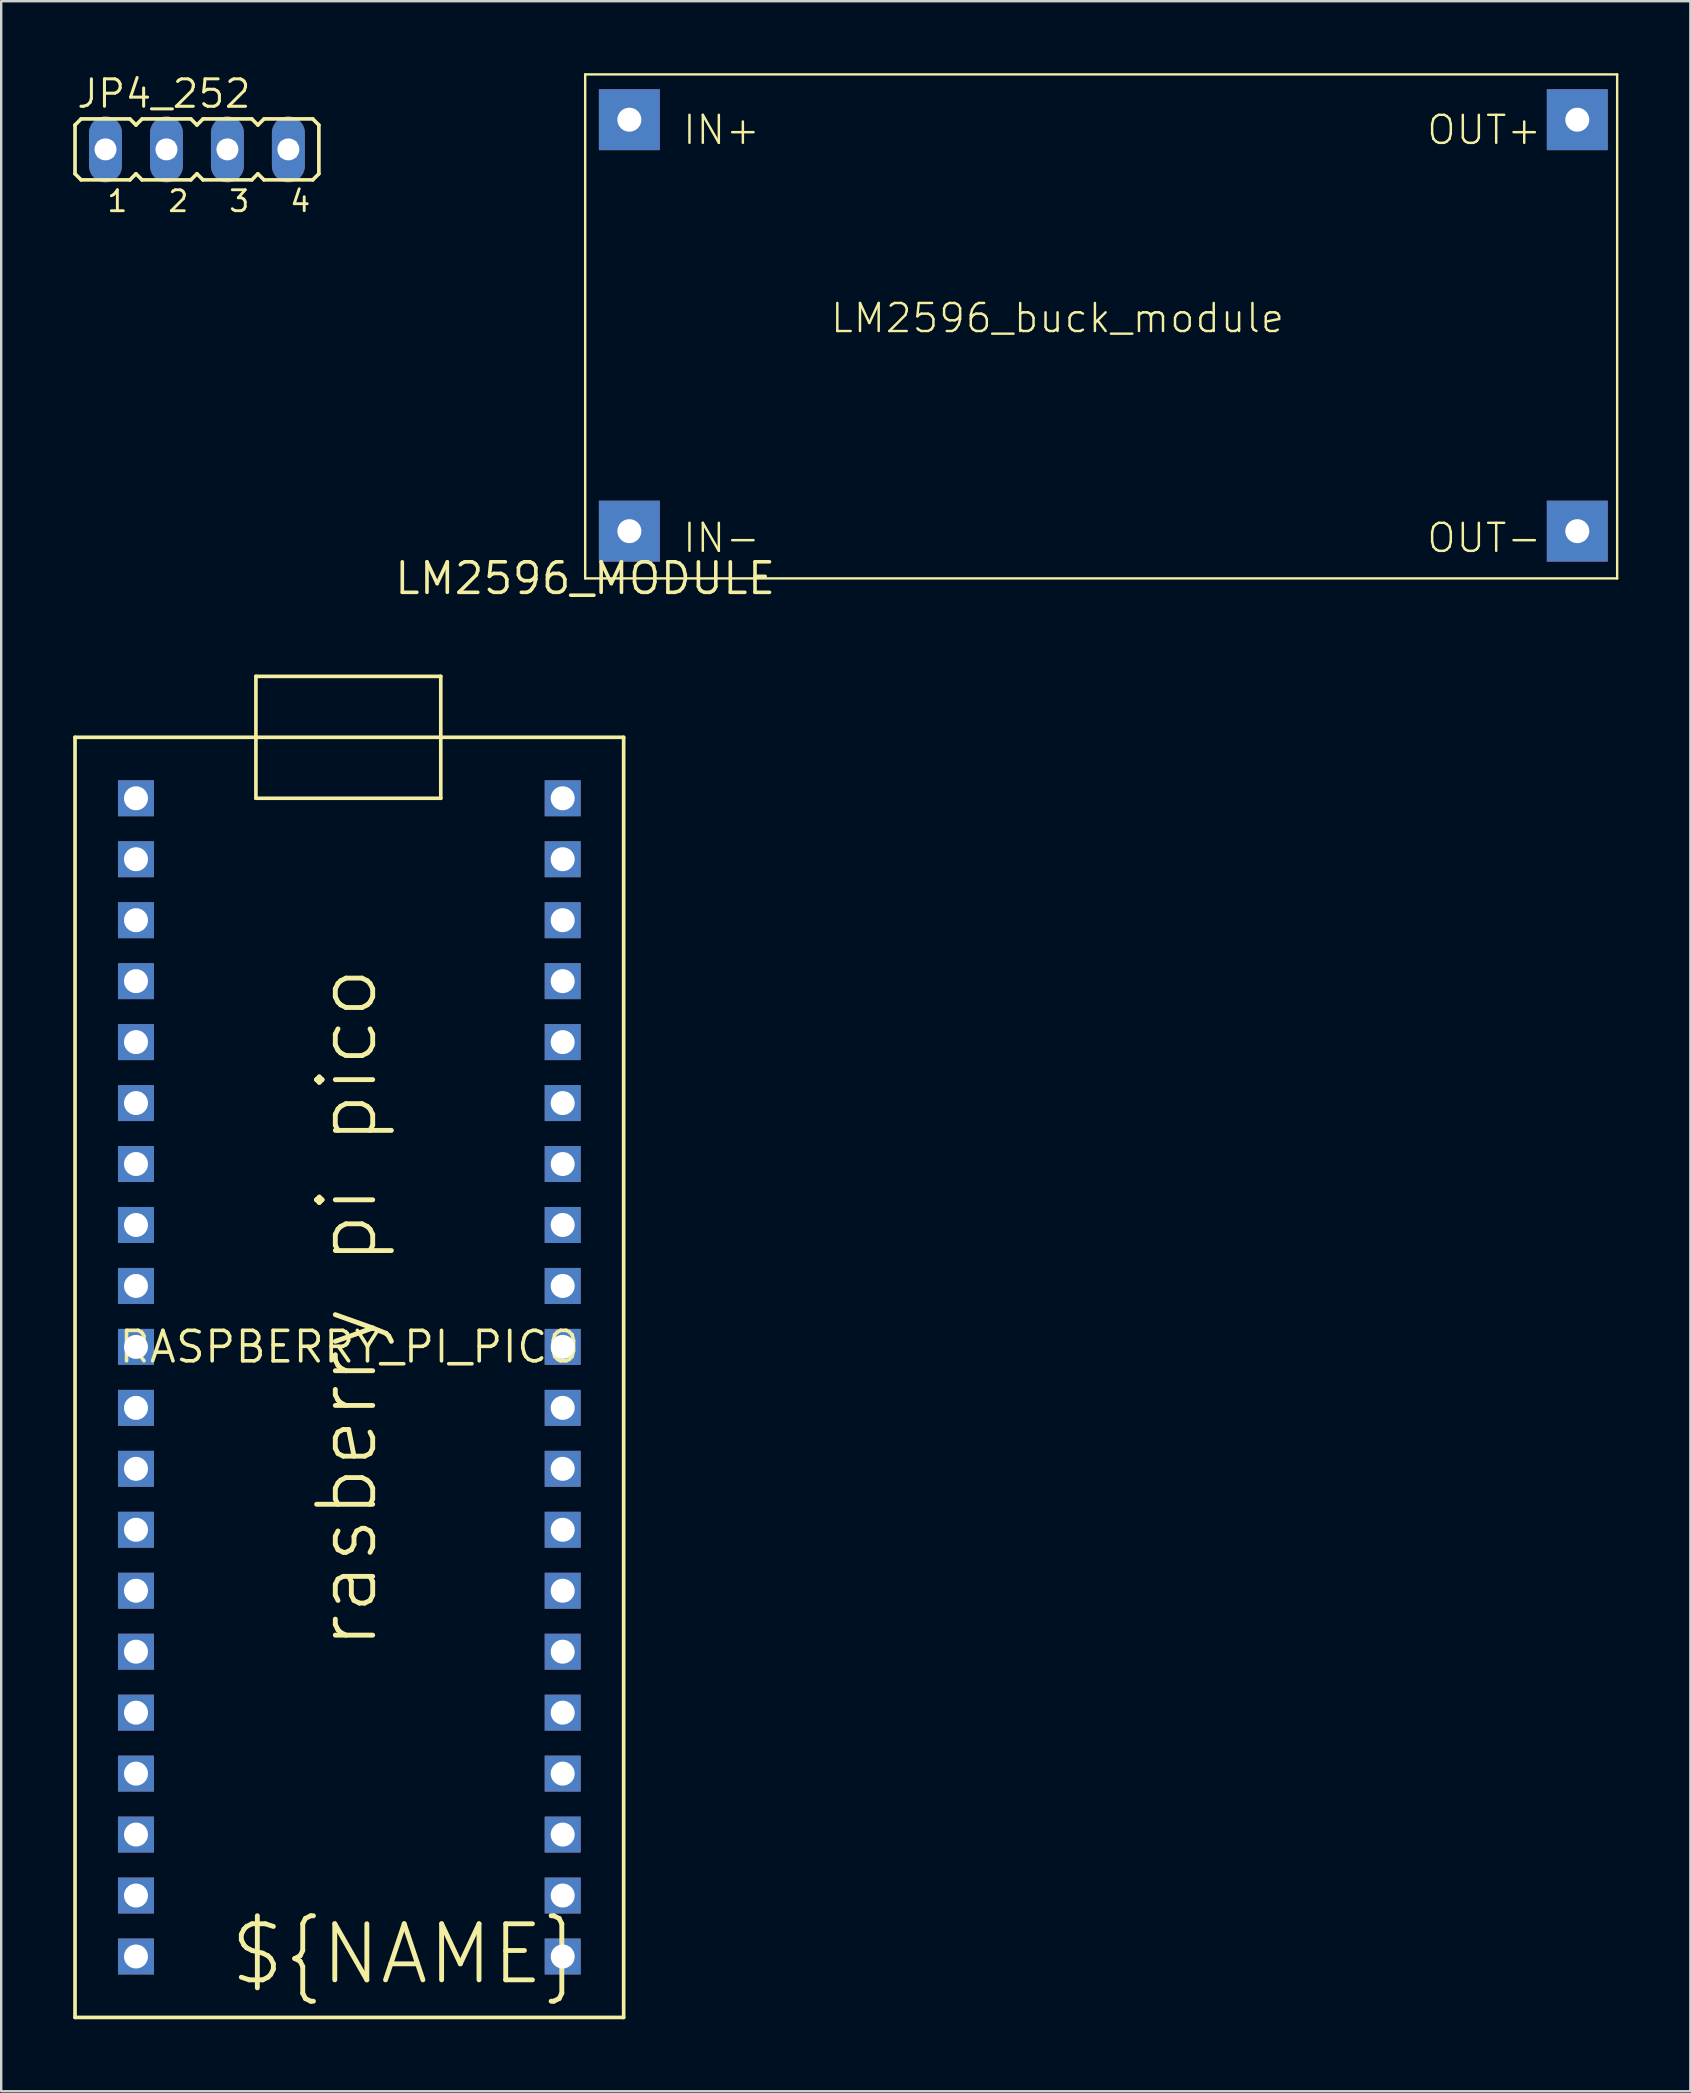
<source format=kicad_pcb>
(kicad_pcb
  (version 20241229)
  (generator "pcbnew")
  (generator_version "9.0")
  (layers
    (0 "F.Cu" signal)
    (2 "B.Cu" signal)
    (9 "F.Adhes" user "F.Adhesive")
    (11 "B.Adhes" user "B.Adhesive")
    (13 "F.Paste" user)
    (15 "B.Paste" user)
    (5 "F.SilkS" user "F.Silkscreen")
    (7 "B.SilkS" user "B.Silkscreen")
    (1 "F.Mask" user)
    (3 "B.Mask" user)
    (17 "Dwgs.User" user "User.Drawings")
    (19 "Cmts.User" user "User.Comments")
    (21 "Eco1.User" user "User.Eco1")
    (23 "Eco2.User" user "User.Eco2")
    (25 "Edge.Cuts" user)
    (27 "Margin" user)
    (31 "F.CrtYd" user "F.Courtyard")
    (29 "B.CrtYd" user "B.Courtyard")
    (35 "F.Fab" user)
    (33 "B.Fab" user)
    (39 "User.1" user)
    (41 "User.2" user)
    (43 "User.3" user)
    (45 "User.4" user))
  (footprint "RASPBERRY_PI_PICO"
    (layer "F.Cu")
    (at 11.506 53.072)
    (property "Reference" "RASPBERRY_PI_PICO" (at 0 0 0) (layer "F.SilkS") (effects (font (size 1.27 1.27) (thickness 0.15))))
    (fp_line (start -11.43 -25.4) (end -11.43 27.94) (stroke (width 0.152) (type solid)) (layer "F.SilkS"))
    (fp_line (start -11.43 27.94) (end 11.43 27.94) (stroke (width 0.152) (type solid)) (layer "F.SilkS"))
    (fp_line (start -3.893 -27.94) (end -3.893 -22.86) (stroke (width 0.152) (type solid)) (layer "F.SilkS"))
    (fp_line (start -3.893 -22.86) (end 3.81 -22.86) (stroke (width 0.152) (type solid)) (layer "F.SilkS"))
    (fp_line (start 3.81 -27.94) (end -3.893 -27.94) (stroke (width 0.152) (type solid)) (layer "F.SilkS"))
    (fp_line (start 3.81 -22.86) (end 3.81 -27.94) (stroke (width 0.152) (type solid)) (layer "F.SilkS"))
    (fp_line (start 11.43 -25.4) (end -11.43 -25.4) (stroke (width 0.152) (type solid)) (layer "F.SilkS"))
    (fp_line (start 11.43 27.94) (end 11.43 -25.4) (stroke (width 0.152) (type solid)) (layer "F.SilkS"))
    (fp_text user "rasberry pi pico" (at 1.27 12.7 90) (unlocked yes) (layer "F.SilkS") (effects (font (size 2.337 2.337) (thickness 0.203)) (justify left bottom)))
    (fp_text user "${NAME}" (at -5.08 26.67 0) (unlocked yes) (layer "F.SilkS") (effects (font (size 2.337 2.337) (thickness 0.203)) (justify left bottom)))
    (pad "3V3" thru_hole rect (at 8.89 -12.7) (size 1.5 1.5) (drill 1) (layers "*.Cu" "*.Mask"))
    (pad "3V3_EN" thru_hole rect (at 8.89 -15.24) (size 1.5 1.5) (drill 1) (layers "*.Cu" "*.Mask"))
    (pad "ADC_VREF" thru_hole rect (at 8.89 -10.16) (size 1.5 1.5) (drill 1) (layers "*.Cu" "*.Mask"))
    (pad "AGND" thru_hole rect (at 8.89 -5.08) (size 1.5 1.5) (drill 1) (layers "*.Cu" "*.Mask"))
    (pad "GND" thru_hole rect (at 8.89 -17.78) (size 1.5 1.5) (drill 1) (layers "*.Cu" "*.Mask"))
    (pad "GND2" thru_hole rect (at 8.89 7.62) (size 1.5 1.5) (drill 1) (layers "*.Cu" "*.Mask"))
    (pad "GND3" thru_hole rect (at 8.89 20.32) (size 1.5 1.5) (drill 1) (layers "*.Cu" "*.Mask"))
    (pad "GND4" thru_hole rect (at -8.89 -17.78) (size 1.5 1.5) (drill 1) (layers "*.Cu" "*.Mask"))
    (pad "GND5" thru_hole rect (at -8.89 -5.08) (size 1.5 1.5) (drill 1) (layers "*.Cu" "*.Mask"))
    (pad "GND6" thru_hole rect (at -8.89 7.62) (size 1.5 1.5) (drill 1) (layers "*.Cu" "*.Mask"))
    (pad "GND7" thru_hole rect (at -8.89 20.32) (size 1.5 1.5) (drill 1) (layers "*.Cu" "*.Mask"))
    (pad "GP0" thru_hole rect (at -8.89 -22.86) (size 1.5 1.5) (drill 1) (layers "*.Cu" "*.Mask"))
    (pad "GP1" thru_hole rect (at -8.89 -20.32) (size 1.5 1.5) (drill 1) (layers "*.Cu" "*.Mask"))
    (pad "GP2" thru_hole rect (at -8.89 -15.24) (size 1.5 1.5) (drill 1) (layers "*.Cu" "*.Mask"))
    (pad "GP3" thru_hole rect (at -8.89 -12.7) (size 1.5 1.5) (drill 1) (layers "*.Cu" "*.Mask"))
    (pad "GP4" thru_hole rect (at -8.89 -10.16) (size 1.5 1.5) (drill 1) (layers "*.Cu" "*.Mask"))
    (pad "GP5" thru_hole rect (at -8.89 -7.62) (size 1.5 1.5) (drill 1) (layers "*.Cu" "*.Mask"))
    (pad "GP6" thru_hole rect (at -8.89 -2.54) (size 1.5 1.5) (drill 1) (layers "*.Cu" "*.Mask"))
    (pad "GP7" thru_hole rect (at -8.89 0) (size 1.5 1.5) (drill 1) (layers "*.Cu" "*.Mask"))
    (pad "GP8" thru_hole rect (at -8.89 2.54) (size 1.5 1.5) (drill 1) (layers "*.Cu" "*.Mask"))
    (pad "GP9" thru_hole rect (at -8.89 5.08) (size 1.5 1.5) (drill 1) (layers "*.Cu" "*.Mask"))
    (pad "GP10" thru_hole rect (at -8.89 10.16) (size 1.5 1.5) (drill 1) (layers "*.Cu" "*.Mask"))
    (pad "GP11" thru_hole rect (at -8.89 12.7) (size 1.5 1.5) (drill 1) (layers "*.Cu" "*.Mask"))
    (pad "GP12" thru_hole rect (at -8.89 15.24) (size 1.5 1.5) (drill 1) (layers "*.Cu" "*.Mask"))
    (pad "GP13" thru_hole rect (at -8.89 17.78) (size 1.5 1.5) (drill 1) (layers "*.Cu" "*.Mask"))
    (pad "GP14" thru_hole rect (at -8.89 22.86) (size 1.5 1.5) (drill 1) (layers "*.Cu" "*.Mask"))
    (pad "GP15" thru_hole rect (at -8.89 25.4) (size 1.5 1.5) (drill 1) (layers "*.Cu" "*.Mask"))
    (pad "GP16" thru_hole rect (at 8.89 25.4) (size 1.5 1.5) (drill 1) (layers "*.Cu" "*.Mask"))
    (pad "GP17" thru_hole rect (at 8.89 22.86) (size 1.5 1.5) (drill 1) (layers "*.Cu" "*.Mask"))
    (pad "GP18" thru_hole rect (at 8.89 17.78) (size 1.5 1.5) (drill 1) (layers "*.Cu" "*.Mask"))
    (pad "GP19" thru_hole rect (at 8.89 15.24) (size 1.5 1.5) (drill 1) (layers "*.Cu" "*.Mask"))
    (pad "GP20" thru_hole rect (at 8.89 12.7) (size 1.5 1.5) (drill 1) (layers "*.Cu" "*.Mask"))
    (pad "GP21" thru_hole rect (at 8.89 10.16) (size 1.5 1.5) (drill 1) (layers "*.Cu" "*.Mask"))
    (pad "GP22" thru_hole rect (at 8.89 5.08) (size 1.5 1.5) (drill 1) (layers "*.Cu" "*.Mask"))
    (pad "GP26_A0" thru_hole rect (at 8.89 0) (size 1.5 1.5) (drill 1) (layers "*.Cu" "*.Mask"))
    (pad "GP27_A1" thru_hole rect (at 8.89 -2.54) (size 1.5 1.5) (drill 1) (layers "*.Cu" "*.Mask"))
    (pad "GP28_A2" thru_hole rect (at 8.89 -7.62) (size 1.5 1.5) (drill 1) (layers "*.Cu" "*.Mask"))
    (pad "RUN" thru_hole rect (at 8.89 2.54) (size 1.5 1.5) (drill 1) (layers "*.Cu" "*.Mask"))
    (pad "VBUS" thru_hole rect (at 8.89 -22.86) (size 1.5 1.5) (drill 1) (layers "*.Cu" "*.Mask"))
    (pad "VSYS" thru_hole rect (at 8.89 -20.32) (size 1.5 1.5) (drill 1) (layers "*.Cu" "*.Mask")))
  (footprint "LM2596_MODULE"
    (layer "F.Cu")
    (at 21.333 21.05)
    (property "Reference" "LM2596_MODULE" (at 0 0 0) (layer "F.SilkS") (effects (font (size 1.27 1.27) (thickness 0.15))))
    (fp_line (start 0 -21) (end 43 -21) (stroke (width 0.1) (type solid)) (layer "F.SilkS"))
    (fp_line (start 0 0) (end 0 -21) (stroke (width 0.1) (type solid)) (layer "F.SilkS"))
    (fp_line (start 43 -21) (end 43 0) (stroke (width 0.1) (type solid)) (layer "F.SilkS"))
    (fp_line (start 43 0) (end 0 0) (stroke (width 0.1) (type solid)) (layer "F.SilkS"))
    (fp_text user "LM2596_buck_module" (at 10.16 -10.16 0) (unlocked yes) (layer "F.SilkS") (effects (font (size 1.168 1.168) (thickness 0.102)) (justify left bottom)))
    (fp_text user "IN+" (at 4 -18 0) (unlocked yes) (layer "F.SilkS") (effects (font (size 1.168 1.168) (thickness 0.102)) (justify left bottom)))
    (fp_text user "OUT-" (at 35 -1 0) (unlocked yes) (layer "F.SilkS") (effects (font (size 1.168 1.168) (thickness 0.102)) (justify left bottom)))
    (fp_text user "IN-" (at 4 -1 0) (unlocked yes) (layer "F.SilkS") (effects (font (size 1.168 1.168) (thickness 0.102)) (justify left bottom)))
    (fp_text user "OUT+" (at 35 -18 0) (unlocked yes) (layer "F.SilkS") (effects (font (size 1.168 1.168) (thickness 0.102)) (justify left bottom)))
    (pad "IN+" thru_hole rect (at 1.841 -19.113) (size 2.54 2.54) (drill 1) (layers "*.Cu" "*.Mask"))
    (pad "IN-" thru_hole rect (at 1.841 -1.968) (size 2.54 2.54) (drill 1) (layers "*.Cu" "*.Mask"))
    (pad "OUT+" thru_hole rect (at 41.339 -19.113) (size 2.54 2.54) (drill 1) (layers "*.Cu" "*.Mask"))
    (pad "OUT-" thru_hole rect (at 41.339 -1.968) (size 2.54 2.54) (drill 1) (layers "*.Cu" "*.Mask")))
  (footprint "JP4_252"
    (layer "F.Cu")
    (at 5.156 3.175)
    (property "Reference" "JP4_252" (at -5.08 -1.651 0) (unlocked yes) (layer "F.SilkS") (effects (font (size 1.143 1.143) (thickness 0.127)) (justify left bottom)))
    (fp_line (start -5.08 -1.016) (end -4.826 -1.27) (stroke (width 0.152) (type solid)) (layer "F.SilkS"))
    (fp_line (start -5.08 1.016) (end -5.08 -1.016) (stroke (width 0.152) (type solid)) (layer "F.SilkS"))
    (fp_line (start -5.08 1.016) (end -4.826 1.27) (stroke (width 0.152) (type solid)) (layer "F.SilkS"))
    (fp_line (start -2.794 -1.27) (end -4.826 -1.27) (stroke (width 0.152) (type solid)) (layer "F.SilkS"))
    (fp_line (start -2.794 -1.27) (end -2.54 -1.016) (stroke (width 0.152) (type solid)) (layer "F.SilkS"))
    (fp_line (start -2.794 1.27) (end -4.826 1.27) (stroke (width 0.152) (type solid)) (layer "F.SilkS"))
    (fp_line (start -2.794 1.27) (end -2.54 1.016) (stroke (width 0.152) (type solid)) (layer "F.SilkS"))
    (fp_line (start -2.54 -1.016) (end -2.286 -1.27) (stroke (width 0.152) (type solid)) (layer "F.SilkS"))
    (fp_line (start -2.54 1.016) (end -2.286 1.27) (stroke (width 0.152) (type solid)) (layer "F.SilkS"))
    (fp_line (start -0.254 -1.27) (end -2.286 -1.27) (stroke (width 0.152) (type solid)) (layer "F.SilkS"))
    (fp_line (start -0.254 -1.27) (end 0 -1.016) (stroke (width 0.152) (type solid)) (layer "F.SilkS"))
    (fp_line (start -0.254 1.27) (end -2.286 1.27) (stroke (width 0.152) (type solid)) (layer "F.SilkS"))
    (fp_line (start -0.254 1.27) (end 0 1.016) (stroke (width 0.152) (type solid)) (layer "F.SilkS"))
    (fp_line (start 0 -1.016) (end 0.254 -1.27) (stroke (width 0.152) (type solid)) (layer "F.SilkS"))
    (fp_line (start 0 1.016) (end 0.254 1.27) (stroke (width 0.152) (type solid)) (layer "F.SilkS"))
    (fp_line (start 2.286 -1.27) (end 0.254 -1.27) (stroke (width 0.152) (type solid)) (layer "F.SilkS"))
    (fp_line (start 2.286 -1.27) (end 2.54 -1.016) (stroke (width 0.152) (type solid)) (layer "F.SilkS"))
    (fp_line (start 2.286 1.27) (end 0.254 1.27) (stroke (width 0.152) (type solid)) (layer "F.SilkS"))
    (fp_line (start 2.286 1.27) (end 2.54 1.016) (stroke (width 0.152) (type solid)) (layer "F.SilkS"))
    (fp_line (start 2.54 -1.016) (end 2.794 -1.27) (stroke (width 0.152) (type solid)) (layer "F.SilkS"))
    (fp_line (start 2.54 1.016) (end 2.794 1.27) (stroke (width 0.152) (type solid)) (layer "F.SilkS"))
    (fp_line (start 4.826 -1.27) (end 2.794 -1.27) (stroke (width 0.152) (type solid)) (layer "F.SilkS"))
    (fp_line (start 4.826 -1.27) (end 5.08 -1.016) (stroke (width 0.152) (type solid)) (layer "F.SilkS"))
    (fp_line (start 4.826 1.27) (end 2.794 1.27) (stroke (width 0.152) (type solid)) (layer "F.SilkS"))
    (fp_line (start 4.826 1.27) (end 5.08 1.016) (stroke (width 0.152) (type solid)) (layer "F.SilkS"))
    (fp_line (start 5.08 -1.016) (end 5.08 1.016) (stroke (width 0.152) (type solid)) (layer "F.SilkS"))
    (fp_poly (pts (xy -4.115 0.305) (xy -3.505 0.305) (xy -3.505 -0.305) (xy -4.115 -0.305)) (stroke (width 0.1) (type default)) (fill no) (layer "F.Fab"))
    (fp_poly (pts (xy -1.575 0.305) (xy -0.965 0.305) (xy -0.965 -0.305) (xy -1.575 -0.305)) (stroke (width 0.1) (type default)) (fill no) (layer "F.Fab"))
    (fp_poly (pts (xy 0.965 0.305) (xy 1.575 0.305) (xy 1.575 -0.305) (xy 0.965 -0.305)) (stroke (width 0.1) (type default)) (fill no) (layer "F.Fab"))
    (fp_poly (pts (xy 3.505 0.305) (xy 4.115 0.305) (xy 4.115 -0.305) (xy 3.505 -0.305)) (stroke (width 0.1) (type default)) (fill no) (layer "F.Fab"))
    (fp_text user "2" (at -1.27 2.667 0) (unlocked yes) (layer "F.SilkS") (effects (font (size 0.872 0.872) (thickness 0.119)) (justify left bottom)))
    (fp_text user "3" (at 1.27 2.667 0) (unlocked yes) (layer "F.SilkS") (effects (font (size 0.872 0.872) (thickness 0.119)) (justify left bottom)))
    (fp_text user "4" (at 3.81 2.667 0) (unlocked yes) (layer "F.SilkS") (effects (font (size 0.872 0.872) (thickness 0.119)) (justify left bottom)))
    (fp_text user "1" (at -3.81 2.667 0) (unlocked yes) (layer "F.SilkS") (effects (font (size 0.872 0.872) (thickness 0.119)) (justify left bottom)))
    (pad "1" thru_hole oval (at -3.81 0 90) (size 2.743 1.372) (drill 0.914) (layers "*.Cu" "*.Mask"))
    (pad "2" thru_hole oval (at -1.27 0 90) (size 2.743 1.372) (drill 0.914) (layers "*.Cu" "*.Mask"))
    (pad "3" thru_hole oval (at 1.27 0 90) (size 2.743 1.372) (drill 0.914) (layers "*.Cu" "*.Mask"))
    (pad "4" thru_hole oval (at 3.81 0 90) (size 2.743 1.372) (drill 0.914) (layers "*.Cu" "*.Mask")))
  (gr_rect
    (start -3 -3)
    (end 67.383 84.089)
    (stroke (width 0.1) (type default))
    (fill no)
    (layer "Edge.Cuts")))
</source>
